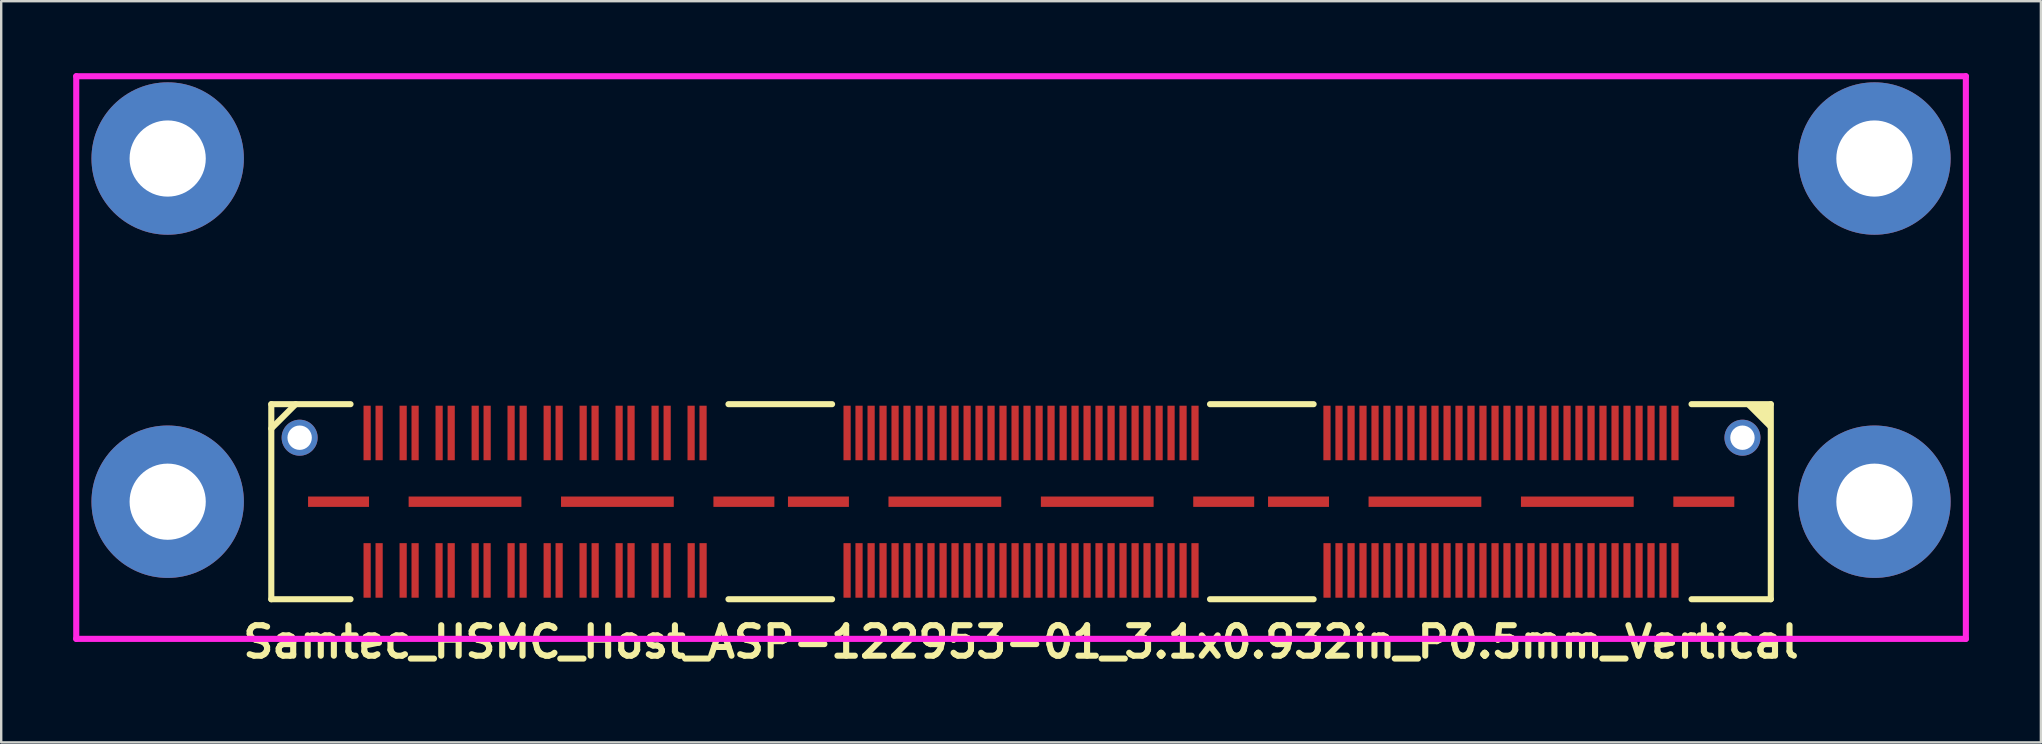
<source format=kicad_pcb>
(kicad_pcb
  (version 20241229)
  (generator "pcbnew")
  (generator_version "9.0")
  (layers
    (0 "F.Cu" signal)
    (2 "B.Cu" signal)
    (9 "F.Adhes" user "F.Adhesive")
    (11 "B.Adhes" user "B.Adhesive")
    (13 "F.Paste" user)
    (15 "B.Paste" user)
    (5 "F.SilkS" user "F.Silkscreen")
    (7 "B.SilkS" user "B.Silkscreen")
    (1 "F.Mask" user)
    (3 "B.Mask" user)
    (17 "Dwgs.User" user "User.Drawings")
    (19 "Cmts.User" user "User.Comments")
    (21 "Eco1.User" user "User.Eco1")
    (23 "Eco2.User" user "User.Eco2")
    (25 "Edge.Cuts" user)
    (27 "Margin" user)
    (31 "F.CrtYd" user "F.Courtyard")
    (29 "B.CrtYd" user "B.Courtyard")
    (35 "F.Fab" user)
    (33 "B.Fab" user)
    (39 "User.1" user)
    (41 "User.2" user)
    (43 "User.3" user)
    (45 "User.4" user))
  (footprint "Samtec_HSMC_Host_ASP-122953-01_3.1x0.932in_P0.5mm_Vertical"
    (layer "F.Cu")
    (at 39.497 17.856)
    (property "Reference" "Samtec_HSMC_Host_ASP-122953-01_3.1x0.932in_P0.5mm_Vertical" (at 0 5.842 0) (layer "F.SilkS") (effects (font (size 1.27 1.27) (thickness 0.254))))
    (attr smd)
    (fp_line (start -31.242 -4.064) (end -27.94 -4.064) (stroke (width 0.254) (type solid)) (layer "F.SilkS"))
    (fp_line (start -31.242 -3.048) (end -30.226 -4.064) (stroke (width 0.254) (type solid)) (layer "F.SilkS"))
    (fp_line (start -31.242 4.064) (end -31.242 -4.064) (stroke (width 0.254) (type solid)) (layer "F.SilkS"))
    (fp_line (start -31.242 4.064) (end -27.94 4.064) (stroke (width 0.254) (type solid)) (layer "F.SilkS"))
    (fp_line (start -12.192 -4.064) (end -7.874 -4.064) (stroke (width 0.254) (type solid)) (layer "F.SilkS"))
    (fp_line (start -12.192 4.064) (end -7.874 4.064) (stroke (width 0.254) (type solid)) (layer "F.SilkS"))
    (fp_line (start 7.874 -4.064) (end 12.192 -4.064) (stroke (width 0.254) (type solid)) (layer "F.SilkS"))
    (fp_line (start 7.874 4.064) (end 12.192 4.064) (stroke (width 0.254) (type solid)) (layer "F.SilkS"))
    (fp_line (start 27.94 -4.064) (end 31.242 -4.064) (stroke (width 0.254) (type solid)) (layer "F.SilkS"))
    (fp_line (start 27.94 4.064) (end 31.242 4.064) (stroke (width 0.254) (type solid)) (layer "F.SilkS"))
    (fp_line (start 31.242 4.064) (end 31.242 -4.064) (stroke (width 0.254) (type solid)) (layer "F.SilkS"))
    (fp_poly (pts (xy 30.226 -4.064) (xy 31.242 -3.048) (xy 31.242 -4.064)) (stroke (width 0.15) (type solid)) (fill yes) (layer "F.SilkS"))
    (fp_line (start -39.37 -17.729) (end -39.37 5.715) (stroke (width 0.254) (type solid)) (layer "F.CrtYd"))
    (fp_line (start -39.37 -17.729) (end 39.37 -17.729) (stroke (width 0.254) (type solid)) (layer "F.CrtYd"))
    (fp_line (start -39.37 5.715) (end 39.37 5.715) (stroke (width 0.254) (type solid)) (layer "F.CrtYd"))
    (fp_line (start 39.37 -17.729) (end 39.37 5.715) (stroke (width 0.254) (type solid)) (layer "F.CrtYd"))
    (pad "" np_thru_hole circle (at -35.56 -14.3) (size 6.35 6.35) (drill 3.175) (layers "*.Cu" "*.Mask"))
    (pad "" np_thru_hole circle (at -35.56 0) (size 6.35 6.35) (drill 3.175) (layers "*.Cu" "*.Mask"))
    (pad "" np_thru_hole circle (at -30.061 -2.667) (size 1.501 1.501) (drill 1.016) (layers "*.Cu" "*.Mask"))
    (pad "" np_thru_hole circle (at 30.061 -2.667) (size 1.501 1.501) (drill 1.016) (layers "*.Cu" "*.Mask"))
    (pad "" np_thru_hole circle (at 35.56 -14.3) (size 6.35 6.35) (drill 3.175) (layers "*.Cu" "*.Mask"))
    (pad "" np_thru_hole circle (at 35.56 0) (size 6.35 6.35) (drill 3.175) (layers "*.Cu" "*.Mask"))
    (pad "1" smd rect (at -27.249 2.864) (size 0.3 2.273) (layers "F.Cu" "F.Mask" "F.Paste"))
    (pad "2" smd rect (at -27.249 -2.864) (size 0.3 2.273) (layers "F.Cu" "F.Mask" "F.Paste"))
    (pad "3" smd rect (at -26.749 2.864) (size 0.3 2.273) (layers "F.Cu" "F.Mask" "F.Paste"))
    (pad "4" smd rect (at -26.749 -2.864) (size 0.3 2.273) (layers "F.Cu" "F.Mask" "F.Paste"))
    (pad "5" smd rect (at -25.748 2.864) (size 0.3 2.273) (layers "F.Cu" "F.Mask" "F.Paste"))
    (pad "6" smd rect (at -25.748 -2.864) (size 0.3 2.273) (layers "F.Cu" "F.Mask" "F.Paste"))
    (pad "7" smd rect (at -25.25 2.864) (size 0.3 2.273) (layers "F.Cu" "F.Mask" "F.Paste"))
    (pad "8" smd rect (at -25.25 -2.864) (size 0.3 2.273) (layers "F.Cu" "F.Mask" "F.Paste"))
    (pad "9" smd rect (at -24.252 2.864) (size 0.3 2.273) (layers "F.Cu" "F.Mask" "F.Paste"))
    (pad "10" smd rect (at -24.249 -2.864) (size 0.3 2.273) (layers "F.Cu" "F.Mask" "F.Paste"))
    (pad "11" smd rect (at -23.746 2.864) (size 0.3 2.273) (layers "F.Cu" "F.Mask" "F.Paste"))
    (pad "12" smd rect (at -23.746 -2.864) (size 0.3 2.273) (layers "F.Cu" "F.Mask" "F.Paste"))
    (pad "13" smd rect (at -22.748 2.864) (size 0.3 2.273) (layers "F.Cu" "F.Mask" "F.Paste"))
    (pad "14" smd rect (at -22.746 -2.864) (size 0.3 2.273) (layers "F.Cu" "F.Mask" "F.Paste"))
    (pad "15" smd rect (at -22.25 2.864) (size 0.3 2.273) (layers "F.Cu" "F.Mask" "F.Paste"))
    (pad "16" smd rect (at -22.248 -2.864) (size 0.3 2.273) (layers "F.Cu" "F.Mask" "F.Paste"))
    (pad "17" smd rect (at -21.25 2.864) (size 0.3 2.273) (layers "F.Cu" "F.Mask" "F.Paste"))
    (pad "18" smd rect (at -21.25 -2.864) (size 0.3 2.273) (layers "F.Cu" "F.Mask" "F.Paste"))
    (pad "19" smd rect (at -20.749 2.864) (size 0.3 2.273) (layers "F.Cu" "F.Mask" "F.Paste"))
    (pad "20" smd rect (at -20.747 -2.864) (size 0.3 2.273) (layers "F.Cu" "F.Mask" "F.Paste"))
    (pad "21" smd rect (at -19.746 2.864) (size 0.3 2.273) (layers "F.Cu" "F.Mask" "F.Paste"))
    (pad "22" smd rect (at -19.746 -2.864) (size 0.3 2.273) (layers "F.Cu" "F.Mask" "F.Paste"))
    (pad "23" smd rect (at -19.248 2.864) (size 0.3 2.273) (layers "F.Cu" "F.Mask" "F.Paste"))
    (pad "24" smd rect (at -19.248 -2.864) (size 0.3 2.273) (layers "F.Cu" "F.Mask" "F.Paste"))
    (pad "25" smd rect (at -18.25 2.864) (size 0.3 2.273) (layers "F.Cu" "F.Mask" "F.Paste"))
    (pad "26" smd rect (at -18.247 -2.864) (size 0.3 2.273) (layers "F.Cu" "F.Mask" "F.Paste"))
    (pad "27" smd rect (at -17.747 2.864) (size 0.3 2.273) (layers "F.Cu" "F.Mask" "F.Paste"))
    (pad "28" smd rect (at -17.75 -2.864) (size 0.3 2.273) (layers "F.Cu" "F.Mask" "F.Paste"))
    (pad "29" smd rect (at -16.749 2.864) (size 0.3 2.273) (layers "F.Cu" "F.Mask" "F.Paste"))
    (pad "30" smd rect (at -16.749 -2.864) (size 0.3 2.273) (layers "F.Cu" "F.Mask" "F.Paste"))
    (pad "31" smd rect (at -16.251 2.864) (size 0.3 2.273) (layers "F.Cu" "F.Mask" "F.Paste"))
    (pad "32" smd rect (at -16.251 -2.864) (size 0.3 2.273) (layers "F.Cu" "F.Mask" "F.Paste"))
    (pad "33" smd rect (at -15.248 2.864) (size 0.3 2.273) (layers "F.Cu" "F.Mask" "F.Paste"))
    (pad "34" smd rect (at -15.25 -2.864) (size 0.3 2.273) (layers "F.Cu" "F.Mask" "F.Paste"))
    (pad "35" smd rect (at -14.747 2.864) (size 0.3 2.273) (layers "F.Cu" "F.Mask" "F.Paste"))
    (pad "36" smd rect (at -14.747 -2.864) (size 0.3 2.273) (layers "F.Cu" "F.Mask" "F.Paste"))
    (pad "37" smd rect (at -13.746 2.864) (size 0.3 2.273) (layers "F.Cu" "F.Mask" "F.Paste"))
    (pad "38" smd rect (at -13.749 -2.864) (size 0.3 2.273) (layers "F.Cu" "F.Mask" "F.Paste"))
    (pad "39" smd rect (at -13.249 2.864) (size 0.3 2.273) (layers "F.Cu" "F.Mask" "F.Paste"))
    (pad "40" smd rect (at -13.251 -2.864) (size 0.3 2.273) (layers "F.Cu" "F.Mask" "F.Paste"))
    (pad "41" smd rect (at -7.249 2.864) (size 0.3 2.273) (layers "F.Cu" "F.Mask" "F.Paste"))
    (pad "42" smd rect (at -7.249 -2.864) (size 0.3 2.273) (layers "F.Cu" "F.Mask" "F.Paste"))
    (pad "43" smd rect (at -6.751 2.864) (size 0.3 2.273) (layers "F.Cu" "F.Mask" "F.Paste"))
    (pad "44" smd rect (at -6.751 -2.864) (size 0.3 2.273) (layers "F.Cu" "F.Mask" "F.Paste"))
    (pad "45" smd rect (at -6.248 2.864) (size 0.3 2.273) (layers "F.Cu" "F.Mask" "F.Paste"))
    (pad "46" smd rect (at -6.248 -2.864) (size 0.3 2.273) (layers "F.Cu" "F.Mask" "F.Paste"))
    (pad "47" smd rect (at -5.751 2.864) (size 0.3 2.273) (layers "F.Cu" "F.Mask" "F.Paste"))
    (pad "48" smd rect (at -5.751 -2.864) (size 0.3 2.273) (layers "F.Cu" "F.Mask" "F.Paste"))
    (pad "49" smd rect (at -5.25 2.864) (size 0.3 2.273) (layers "F.Cu" "F.Mask" "F.Paste"))
    (pad "50" smd rect (at -5.25 -2.864) (size 0.3 2.273) (layers "F.Cu" "F.Mask" "F.Paste"))
    (pad "51" smd rect (at -4.752 2.864) (size 0.3 2.273) (layers "F.Cu" "F.Mask" "F.Paste"))
    (pad "52" smd rect (at -4.752 -2.864) (size 0.3 2.273) (layers "F.Cu" "F.Mask" "F.Paste"))
    (pad "53" smd rect (at -4.249 2.864) (size 0.3 2.273) (layers "F.Cu" "F.Mask" "F.Paste"))
    (pad "54" smd rect (at -4.249 -2.864) (size 0.3 2.273) (layers "F.Cu" "F.Mask" "F.Paste"))
    (pad "55" smd rect (at -3.752 2.864) (size 0.3 2.273) (layers "F.Cu" "F.Mask" "F.Paste"))
    (pad "56" smd rect (at -3.752 -2.864) (size 0.3 2.273) (layers "F.Cu" "F.Mask" "F.Paste"))
    (pad "57" smd rect (at -3.249 2.864) (size 0.3 2.273) (layers "F.Cu" "F.Mask" "F.Paste"))
    (pad "58" smd rect (at -3.249 -2.864) (size 0.3 2.273) (layers "F.Cu" "F.Mask" "F.Paste"))
    (pad "59" smd rect (at -2.751 2.864) (size 0.3 2.273) (layers "F.Cu" "F.Mask" "F.Paste"))
    (pad "60" smd rect (at -2.751 -2.864) (size 0.3 2.273) (layers "F.Cu" "F.Mask" "F.Paste"))
    (pad "61" smd rect (at -2.248 2.864) (size 0.3 2.273) (layers "F.Cu" "F.Mask" "F.Paste"))
    (pad "62" smd rect (at -2.248 -2.864) (size 0.3 2.273) (layers "F.Cu" "F.Mask" "F.Paste"))
    (pad "63" smd rect (at -1.75 2.864) (size 0.3 2.273) (layers "F.Cu" "F.Mask" "F.Paste"))
    (pad "64" smd rect (at -1.75 -2.864) (size 0.3 2.273) (layers "F.Cu" "F.Mask" "F.Paste"))
    (pad "65" smd rect (at -1.25 2.864) (size 0.3 2.273) (layers "F.Cu" "F.Mask" "F.Paste"))
    (pad "66" smd rect (at -1.25 -2.864) (size 0.3 2.273) (layers "F.Cu" "F.Mask" "F.Paste"))
    (pad "67" smd rect (at -0.752 2.864) (size 0.3 2.273) (layers "F.Cu" "F.Mask" "F.Paste"))
    (pad "68" smd rect (at -0.752 -2.864) (size 0.3 2.273) (layers "F.Cu" "F.Mask" "F.Paste"))
    (pad "69" smd rect (at -0.249 2.864) (size 0.3 2.273) (layers "F.Cu" "F.Mask" "F.Paste"))
    (pad "70" smd rect (at -0.249 -2.864) (size 0.3 2.273) (layers "F.Cu" "F.Mask" "F.Paste"))
    (pad "71" smd rect (at 0.249 2.864) (size 0.3 2.273) (layers "F.Cu" "F.Mask" "F.Paste"))
    (pad "72" smd rect (at 0.249 -2.864) (size 0.3 2.273) (layers "F.Cu" "F.Mask" "F.Paste"))
    (pad "73" smd rect (at 0.752 2.864) (size 0.3 2.273) (layers "F.Cu" "F.Mask" "F.Paste"))
    (pad "74" smd rect (at 0.752 -2.864) (size 0.3 2.273) (layers "F.Cu" "F.Mask" "F.Paste"))
    (pad "75" smd rect (at 1.25 2.864) (size 0.3 2.273) (layers "F.Cu" "F.Mask" "F.Paste"))
    (pad "76" smd rect (at 1.25 -2.864) (size 0.3 2.273) (layers "F.Cu" "F.Mask" "F.Paste"))
    (pad "77" smd rect (at 1.753 2.864) (size 0.3 2.273) (layers "F.Cu" "F.Mask" "F.Paste"))
    (pad "78" smd rect (at 1.753 -2.864) (size 0.3 2.273) (layers "F.Cu" "F.Mask" "F.Paste"))
    (pad "79" smd rect (at 2.25 2.864) (size 0.3 2.273) (layers "F.Cu" "F.Mask" "F.Paste"))
    (pad "80" smd rect (at 2.25 -2.864) (size 0.3 2.273) (layers "F.Cu" "F.Mask" "F.Paste"))
    (pad "81" smd rect (at 2.751 2.864) (size 0.3 2.273) (layers "F.Cu" "F.Mask" "F.Paste"))
    (pad "82" smd rect (at 2.751 -2.864) (size 0.3 2.273) (layers "F.Cu" "F.Mask" "F.Paste"))
    (pad "83" smd rect (at 3.249 2.864) (size 0.3 2.273) (layers "F.Cu" "F.Mask" "F.Paste"))
    (pad "84" smd rect (at 3.249 -2.864) (size 0.3 2.273) (layers "F.Cu" "F.Mask" "F.Paste"))
    (pad "85" smd rect (at 3.752 2.864) (size 0.3 2.273) (layers "F.Cu" "F.Mask" "F.Paste"))
    (pad "86" smd rect (at 3.752 -2.864) (size 0.3 2.273) (layers "F.Cu" "F.Mask" "F.Paste"))
    (pad "87" smd rect (at 4.249 2.864) (size 0.3 2.273) (layers "F.Cu" "F.Mask" "F.Paste"))
    (pad "88" smd rect (at 4.249 -2.864) (size 0.3 2.273) (layers "F.Cu" "F.Mask" "F.Paste"))
    (pad "89" smd rect (at 4.752 2.864) (size 0.3 2.273) (layers "F.Cu" "F.Mask" "F.Paste"))
    (pad "90" smd rect (at 4.752 -2.864) (size 0.3 2.273) (layers "F.Cu" "F.Mask" "F.Paste"))
    (pad "91" smd rect (at 5.25 2.864) (size 0.3 2.273) (layers "F.Cu" "F.Mask" "F.Paste"))
    (pad "92" smd rect (at 5.25 -2.864) (size 0.3 2.273) (layers "F.Cu" "F.Mask" "F.Paste"))
    (pad "93" smd rect (at 5.753 2.864) (size 0.3 2.273) (layers "F.Cu" "F.Mask" "F.Paste"))
    (pad "94" smd rect (at 5.753 -2.864) (size 0.3 2.273) (layers "F.Cu" "F.Mask" "F.Paste"))
    (pad "95" smd rect (at 6.251 2.864) (size 0.3 2.273) (layers "F.Cu" "F.Mask" "F.Paste"))
    (pad "96" smd rect (at 6.251 -2.864) (size 0.3 2.273) (layers "F.Cu" "F.Mask" "F.Paste"))
    (pad "97" smd rect (at 6.751 2.864) (size 0.3 2.273) (layers "F.Cu" "F.Mask" "F.Paste"))
    (pad "98" smd rect (at 6.751 -2.864) (size 0.3 2.273) (layers "F.Cu" "F.Mask" "F.Paste"))
    (pad "99" smd rect (at 7.249 2.864) (size 0.3 2.273) (layers "F.Cu" "F.Mask" "F.Paste"))
    (pad "100" smd rect (at 7.249 -2.864) (size 0.3 2.273) (layers "F.Cu" "F.Mask" "F.Paste"))
    (pad "101" smd rect (at 12.751 2.864) (size 0.3 2.273) (layers "F.Cu" "F.Mask" "F.Paste"))
    (pad "102" smd rect (at 12.748 -2.864) (size 0.3 2.273) (layers "F.Cu" "F.Mask" "F.Paste"))
    (pad "103" smd rect (at 13.249 2.864) (size 0.3 2.273) (layers "F.Cu" "F.Mask" "F.Paste"))
    (pad "104" smd rect (at 13.249 -2.864) (size 0.3 2.273) (layers "F.Cu" "F.Mask" "F.Paste"))
    (pad "105" smd rect (at 13.752 2.864) (size 0.3 2.273) (layers "F.Cu" "F.Mask" "F.Paste"))
    (pad "106" smd rect (at 13.752 -2.864) (size 0.3 2.273) (layers "F.Cu" "F.Mask" "F.Paste"))
    (pad "107" smd rect (at 14.249 2.864) (size 0.3 2.273) (layers "F.Cu" "F.Mask" "F.Paste"))
    (pad "108" smd rect (at 14.249 -2.864) (size 0.3 2.273) (layers "F.Cu" "F.Mask" "F.Paste"))
    (pad "109" smd rect (at 14.75 2.864) (size 0.3 2.273) (layers "F.Cu" "F.Mask" "F.Paste"))
    (pad "110" smd rect (at 14.75 -2.864) (size 0.3 2.273) (layers "F.Cu" "F.Mask" "F.Paste"))
    (pad "111" smd rect (at 15.248 2.864) (size 0.3 2.273) (layers "F.Cu" "F.Mask" "F.Paste"))
    (pad "112" smd rect (at 15.248 -2.864) (size 0.3 2.273) (layers "F.Cu" "F.Mask" "F.Paste"))
    (pad "113" smd rect (at 15.751 2.864) (size 0.3 2.273) (layers "F.Cu" "F.Mask" "F.Paste"))
    (pad "114" smd rect (at 15.751 -2.864) (size 0.3 2.273) (layers "F.Cu" "F.Mask" "F.Paste"))
    (pad "115" smd rect (at 16.248 2.864) (size 0.3 2.273) (layers "F.Cu" "F.Mask" "F.Paste"))
    (pad "116" smd rect (at 16.248 -2.864) (size 0.3 2.273) (layers "F.Cu" "F.Mask" "F.Paste"))
    (pad "117" smd rect (at 16.751 2.864) (size 0.3 2.273) (layers "F.Cu" "F.Mask" "F.Paste"))
    (pad "118" smd rect (at 16.751 -2.864) (size 0.3 2.273) (layers "F.Cu" "F.Mask" "F.Paste"))
    (pad "119" smd rect (at 17.249 2.864) (size 0.3 2.273) (layers "F.Cu" "F.Mask" "F.Paste"))
    (pad "120" smd rect (at 17.249 -2.864) (size 0.3 2.273) (layers "F.Cu" "F.Mask" "F.Paste"))
    (pad "121" smd rect (at 17.752 2.864) (size 0.3 2.273) (layers "F.Cu" "F.Mask" "F.Paste"))
    (pad "122" smd rect (at 17.752 -2.864) (size 0.3 2.273) (layers "F.Cu" "F.Mask" "F.Paste"))
    (pad "123" smd rect (at 18.25 2.864) (size 0.3 2.273) (layers "F.Cu" "F.Mask" "F.Paste"))
    (pad "124" smd rect (at 18.25 -2.864) (size 0.3 2.273) (layers "F.Cu" "F.Mask" "F.Paste"))
    (pad "125" smd rect (at 18.75 2.864) (size 0.3 2.273) (layers "F.Cu" "F.Mask" "F.Paste"))
    (pad "126" smd rect (at 18.75 -2.864) (size 0.3 2.273) (layers "F.Cu" "F.Mask" "F.Paste"))
    (pad "127" smd rect (at 19.248 2.864) (size 0.3 2.273) (layers "F.Cu" "F.Mask" "F.Paste"))
    (pad "128" smd rect (at 19.248 -2.864) (size 0.3 2.273) (layers "F.Cu" "F.Mask" "F.Paste"))
    (pad "129" smd rect (at 19.751 2.864) (size 0.3 2.273) (layers "F.Cu" "F.Mask" "F.Paste"))
    (pad "130" smd rect (at 19.751 -2.864) (size 0.3 2.273) (layers "F.Cu" "F.Mask" "F.Paste"))
    (pad "131" smd rect (at 20.249 2.864) (size 0.3 2.273) (layers "F.Cu" "F.Mask" "F.Paste"))
    (pad "132" smd rect (at 20.249 -2.864) (size 0.3 2.273) (layers "F.Cu" "F.Mask" "F.Paste"))
    (pad "133" smd rect (at 20.752 2.864) (size 0.3 2.273) (layers "F.Cu" "F.Mask" "F.Paste"))
    (pad "134" smd rect (at 20.752 -2.864) (size 0.3 2.273) (layers "F.Cu" "F.Mask" "F.Paste"))
    (pad "135" smd rect (at 21.25 2.864) (size 0.3 2.273) (layers "F.Cu" "F.Mask" "F.Paste"))
    (pad "136" smd rect (at 21.25 -2.864) (size 0.3 2.273) (layers "F.Cu" "F.Mask" "F.Paste"))
    (pad "137" smd rect (at 21.753 2.864) (size 0.3 2.273) (layers "F.Cu" "F.Mask" "F.Paste"))
    (pad "138" smd rect (at 21.753 -2.864) (size 0.3 2.273) (layers "F.Cu" "F.Mask" "F.Paste"))
    (pad "139" smd rect (at 22.25 2.864) (size 0.3 2.273) (layers "F.Cu" "F.Mask" "F.Paste"))
    (pad "140" smd rect (at 22.25 -2.864) (size 0.3 2.273) (layers "F.Cu" "F.Mask" "F.Paste"))
    (pad "141" smd rect (at 22.751 2.864) (size 0.3 2.273) (layers "F.Cu" "F.Mask" "F.Paste"))
    (pad "142" smd rect (at 22.751 -2.864) (size 0.3 2.273) (layers "F.Cu" "F.Mask" "F.Paste"))
    (pad "143" smd rect (at 23.249 2.864) (size 0.3 2.273) (layers "F.Cu" "F.Mask" "F.Paste"))
    (pad "144" smd rect (at 23.249 -2.864) (size 0.3 2.273) (layers "F.Cu" "F.Mask" "F.Paste"))
    (pad "145" smd rect (at 23.752 2.864) (size 0.3 2.273) (layers "F.Cu" "F.Mask" "F.Paste"))
    (pad "146" smd rect (at 23.752 -2.864) (size 0.3 2.273) (layers "F.Cu" "F.Mask" "F.Paste"))
    (pad "147" smd rect (at 24.249 2.864) (size 0.3 2.273) (layers "F.Cu" "F.Mask" "F.Paste"))
    (pad "148" smd rect (at 24.249 -2.864) (size 0.3 2.273) (layers "F.Cu" "F.Mask" "F.Paste"))
    (pad "149" smd rect (at 24.752 2.864) (size 0.3 2.273) (layers "F.Cu" "F.Mask" "F.Paste"))
    (pad "150" smd rect (at 24.752 -2.864) (size 0.3 2.273) (layers "F.Cu" "F.Mask" "F.Paste"))
    (pad "151" smd rect (at 25.25 2.864) (size 0.3 2.273) (layers "F.Cu" "F.Mask" "F.Paste"))
    (pad "152" smd rect (at 25.25 -2.864) (size 0.3 2.273) (layers "F.Cu" "F.Mask" "F.Paste"))
    (pad "153" smd rect (at 25.753 2.864) (size 0.3 2.273) (layers "F.Cu" "F.Mask" "F.Paste"))
    (pad "154" smd rect (at 25.753 -2.864) (size 0.3 2.273) (layers "F.Cu" "F.Mask" "F.Paste"))
    (pad "155" smd rect (at 26.251 2.864) (size 0.3 2.273) (layers "F.Cu" "F.Mask" "F.Paste"))
    (pad "156" smd rect (at 26.251 -2.864) (size 0.3 2.273) (layers "F.Cu" "F.Mask" "F.Paste"))
    (pad "157" smd rect (at 26.751 2.864) (size 0.3 2.273) (layers "F.Cu" "F.Mask" "F.Paste"))
    (pad "158" smd rect (at 26.751 -2.864) (size 0.3 2.273) (layers "F.Cu" "F.Mask" "F.Paste"))
    (pad "159" smd rect (at 27.249 2.864) (size 0.3 2.273) (layers "F.Cu" "F.Mask" "F.Paste"))
    (pad "160" smd rect (at 27.249 -2.864) (size 0.3 2.273) (layers "F.Cu" "F.Mask" "F.Paste"))
    (pad "161" smd rect (at -28.44 0) (size 2.54 0.432) (layers "F.Cu" "F.Mask" "F.Paste"))
    (pad "162" smd rect (at -23.17 0) (size 4.699 0.432) (layers "F.Cu" "F.Mask" "F.Paste"))
    (pad "163" smd rect (at -16.82 0) (size 4.699 0.432) (layers "F.Cu" "F.Mask" "F.Paste"))
    (pad "164" smd rect (at -11.549 0) (size 2.54 0.432) (layers "F.Cu" "F.Mask" "F.Paste"))
    (pad "165" smd rect (at -8.443 0) (size 2.54 0.432) (layers "F.Cu" "F.Mask" "F.Paste"))
    (pad "166" smd rect (at -3.175 0) (size 4.699 0.432) (layers "F.Cu" "F.Mask" "F.Paste"))
    (pad "167" smd rect (at 3.175 0) (size 4.699 0.432) (layers "F.Cu" "F.Mask" "F.Paste"))
    (pad "168" smd rect (at 8.445 0) (size 2.54 0.432) (layers "F.Cu" "F.Mask" "F.Paste"))
    (pad "169" smd rect (at 11.562 0) (size 2.54 0.432) (layers "F.Cu" "F.Mask" "F.Paste"))
    (pad "170" smd rect (at 16.83 0) (size 4.699 0.432) (layers "F.Cu" "F.Mask" "F.Paste"))
    (pad "171" smd rect (at 23.18 0) (size 4.699 0.432) (layers "F.Cu" "F.Mask" "F.Paste"))
    (pad "172" smd rect (at 28.451 0) (size 2.54 0.432) (layers "F.Cu" "F.Mask" "F.Paste")))
  (gr_rect
    (start -3 -3)
    (end 81.994 27.887)
    (stroke (width 0.1) (type default))
    (fill no)
    (layer "Edge.Cuts")))
</source>
